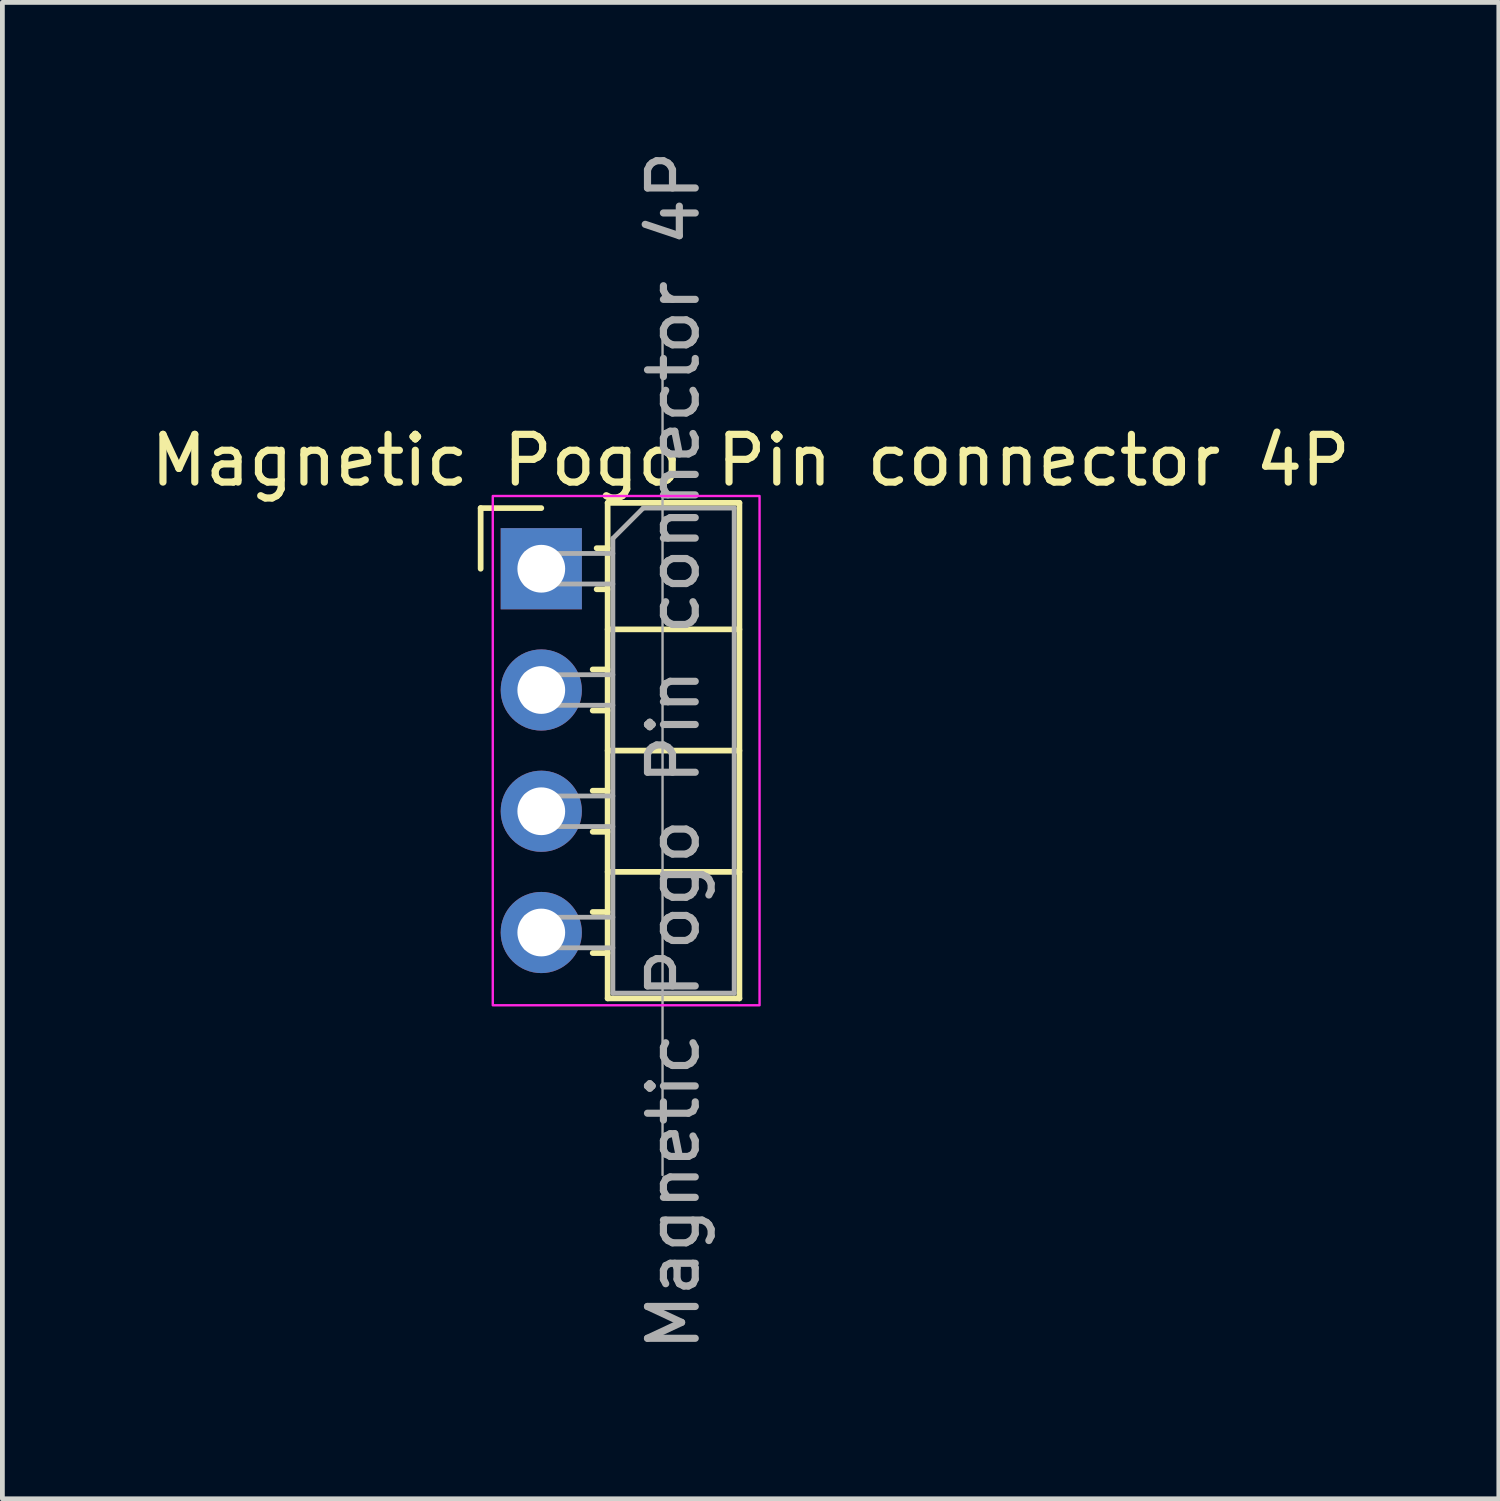
<source format=kicad_pcb>
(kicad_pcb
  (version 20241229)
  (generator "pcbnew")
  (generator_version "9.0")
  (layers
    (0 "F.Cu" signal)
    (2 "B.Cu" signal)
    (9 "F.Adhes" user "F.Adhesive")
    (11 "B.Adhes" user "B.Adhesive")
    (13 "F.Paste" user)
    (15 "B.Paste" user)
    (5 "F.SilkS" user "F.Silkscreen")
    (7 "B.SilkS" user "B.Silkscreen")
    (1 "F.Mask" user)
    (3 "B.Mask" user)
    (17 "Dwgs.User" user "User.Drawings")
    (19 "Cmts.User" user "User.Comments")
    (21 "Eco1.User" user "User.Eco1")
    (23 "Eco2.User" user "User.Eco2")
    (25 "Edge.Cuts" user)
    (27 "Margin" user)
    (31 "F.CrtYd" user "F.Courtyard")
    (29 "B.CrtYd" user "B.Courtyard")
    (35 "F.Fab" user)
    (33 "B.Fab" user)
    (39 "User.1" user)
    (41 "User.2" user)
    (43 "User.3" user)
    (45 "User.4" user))
  (footprint "Magnetic Pogo Pin connector 4P"
    (layer "F.Cu")
    (at 8.288 8.863)
    (property "Reference" "Magnetic Pogo Pin connector 4P" (at 4.385 -2.27 0) (layer "F.SilkS") (effects (font (size 1 1) (thickness 0.15))))
    (attr through_hole)
    (fp_line (start -1.27 -1.27) (end 0 -1.27) (stroke (width 0.12) (type solid)) (layer "F.SilkS"))
    (fp_line (start -1.27 0) (end -1.27 -1.27) (stroke (width 0.12) (type solid)) (layer "F.SilkS"))
    (fp_line (start 1.077 2.11) (end 1.39 2.11) (stroke (width 0.12) (type solid)) (layer "F.SilkS"))
    (fp_line (start 1.077 2.97) (end 1.39 2.97) (stroke (width 0.12) (type solid)) (layer "F.SilkS"))
    (fp_line (start 1.077 4.65) (end 1.39 4.65) (stroke (width 0.12) (type solid)) (layer "F.SilkS"))
    (fp_line (start 1.077 5.51) (end 1.39 5.51) (stroke (width 0.12) (type solid)) (layer "F.SilkS"))
    (fp_line (start 1.077 7.19) (end 1.39 7.19) (stroke (width 0.12) (type solid)) (layer "F.SilkS"))
    (fp_line (start 1.077 8.05) (end 1.39 8.05) (stroke (width 0.12) (type solid)) (layer "F.SilkS"))
    (fp_line (start 1.16 -0.43) (end 1.39 -0.43) (stroke (width 0.12) (type solid)) (layer "F.SilkS"))
    (fp_line (start 1.16 0.43) (end 1.39 0.43) (stroke (width 0.12) (type solid)) (layer "F.SilkS"))
    (fp_line (start 1.39 -1.38) (end 1.39 9) (stroke (width 0.12) (type solid)) (layer "F.SilkS"))
    (fp_line (start 1.39 1.27) (end 4.15 1.27) (stroke (width 0.12) (type solid)) (layer "F.SilkS"))
    (fp_line (start 1.39 3.81) (end 4.15 3.81) (stroke (width 0.12) (type solid)) (layer "F.SilkS"))
    (fp_line (start 1.39 6.35) (end 4.15 6.35) (stroke (width 0.12) (type solid)) (layer "F.SilkS"))
    (fp_line (start 1.39 9) (end 4.15 9) (stroke (width 0.12) (type solid)) (layer "F.SilkS"))
    (fp_line (start 4.15 -1.38) (end 1.39 -1.38) (stroke (width 0.12) (type solid)) (layer "F.SilkS"))
    (fp_line (start 4.15 9) (end 4.15 -1.38) (stroke (width 0.12) (type solid)) (layer "F.SilkS"))
    (fp_rect (start -1.016 -1.524) (end 4.572 9.144) (stroke (width 0.05) (type default)) (fill no) (layer "F.CrtYd"))
    (fp_line (start -0.32 -0.32) (end -0.32 0.32) (stroke (width 0.1) (type solid)) (layer "F.Fab"))
    (fp_line (start -0.32 -0.32) (end 1.5 -0.32) (stroke (width 0.1) (type solid)) (layer "F.Fab"))
    (fp_line (start -0.32 0.32) (end 1.5 0.32) (stroke (width 0.1) (type solid)) (layer "F.Fab"))
    (fp_line (start -0.32 2.22) (end -0.32 2.86) (stroke (width 0.1) (type solid)) (layer "F.Fab"))
    (fp_line (start -0.32 2.22) (end 1.5 2.22) (stroke (width 0.1) (type solid)) (layer "F.Fab"))
    (fp_line (start -0.32 2.86) (end 1.5 2.86) (stroke (width 0.1) (type solid)) (layer "F.Fab"))
    (fp_line (start -0.32 4.76) (end -0.32 5.4) (stroke (width 0.1) (type solid)) (layer "F.Fab"))
    (fp_line (start -0.32 4.76) (end 1.5 4.76) (stroke (width 0.1) (type solid)) (layer "F.Fab"))
    (fp_line (start -0.32 5.4) (end 1.5 5.4) (stroke (width 0.1) (type solid)) (layer "F.Fab"))
    (fp_line (start -0.32 7.3) (end -0.32 7.94) (stroke (width 0.1) (type solid)) (layer "F.Fab"))
    (fp_line (start -0.32 7.3) (end 1.5 7.3) (stroke (width 0.1) (type solid)) (layer "F.Fab"))
    (fp_line (start -0.32 7.94) (end 1.5 7.94) (stroke (width 0.1) (type solid)) (layer "F.Fab"))
    (fp_line (start 1.5 -0.635) (end 2.135 -1.27) (stroke (width 0.1) (type solid)) (layer "F.Fab"))
    (fp_line (start 1.5 8.89) (end 1.5 -0.635) (stroke (width 0.1) (type solid)) (layer "F.Fab"))
    (fp_line (start 2.135 -1.27) (end 4.04 -1.27) (stroke (width 0.1) (type solid)) (layer "F.Fab"))
    (fp_line (start 2.54 -5.08) (end 2.54 12.7) (stroke (width 0.05) (type default)) (layer "F.Fab"))
    (fp_line (start 4.04 -1.27) (end 4.04 8.89) (stroke (width 0.1) (type solid)) (layer "F.Fab"))
    (fp_line (start 4.04 8.89) (end 1.5 8.89) (stroke (width 0.1) (type solid)) (layer "F.Fab"))
    (fp_text user "${REFERENCE}" (at 2.77 3.81 90) (layer "F.Fab") (effects (font (size 1 1) (thickness 0.15))))
    (pad "1" thru_hole rect (at 0 0) (size 1.7 1.7) (drill 1) (layers "*.Cu" "*.Mask"))
    (pad "2" thru_hole circle (at 0 2.54) (size 1.7 1.7) (drill 1) (layers "*.Cu" "*.Mask"))
    (pad "3" thru_hole circle (at 0 5.08) (size 1.7 1.7) (drill 1) (layers "*.Cu" "*.Mask"))
    (pad "4" thru_hole circle (at 0 7.62) (size 1.7 1.7) (drill 1) (layers "*.Cu" "*.Mask")))
  (gr_rect
    (start -3 -3)
    (end 28.345 28.345)
    (stroke (width 0.1) (type default))
    (fill no)
    (layer "Edge.Cuts")))
</source>
